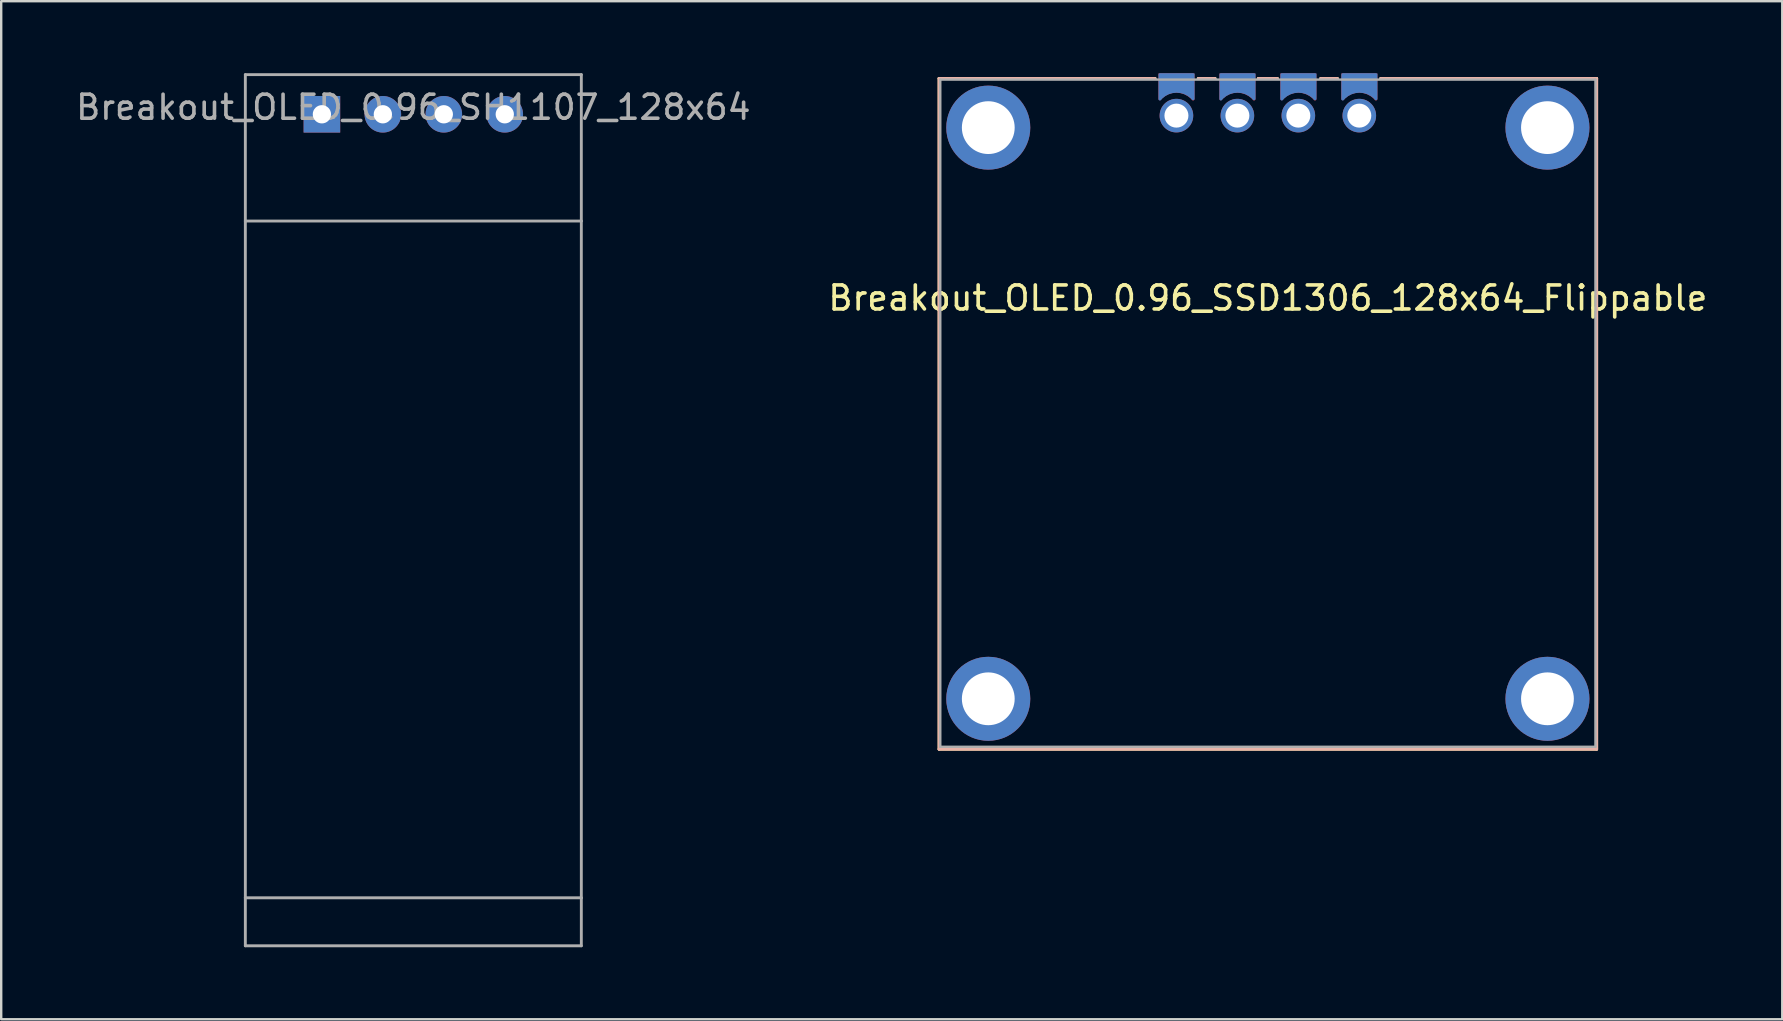
<source format=kicad_pcb>
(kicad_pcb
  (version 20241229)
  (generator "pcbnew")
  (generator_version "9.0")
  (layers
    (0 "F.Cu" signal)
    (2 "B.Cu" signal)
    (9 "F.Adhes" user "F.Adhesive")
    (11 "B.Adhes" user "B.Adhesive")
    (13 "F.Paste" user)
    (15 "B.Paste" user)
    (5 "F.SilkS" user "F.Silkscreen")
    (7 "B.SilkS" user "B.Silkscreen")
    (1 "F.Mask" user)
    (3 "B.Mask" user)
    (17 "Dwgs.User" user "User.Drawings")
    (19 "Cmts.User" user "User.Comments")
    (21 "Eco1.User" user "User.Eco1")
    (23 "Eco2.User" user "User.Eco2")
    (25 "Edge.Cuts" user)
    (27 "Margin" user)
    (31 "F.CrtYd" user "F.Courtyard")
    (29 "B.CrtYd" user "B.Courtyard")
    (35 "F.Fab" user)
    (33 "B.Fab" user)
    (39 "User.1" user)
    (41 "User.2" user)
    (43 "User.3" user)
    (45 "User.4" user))
  (footprint "Breakout_OLED_0.96_SH1107_128x64"
    (layer "F.Cu")
    (at 14.173 16.66)
    (property "Reference" "Breakout_OLED_0.96_SH1107_128x64" (at 0 -15.24 0) (layer "F.Fab") (effects (font (size 1 1) (thickness 0.15))))
    (attr through_hole)
    (fp_line (start -7 -16.6) (end -7 -10.5) (stroke (width 0.12) (type solid)) (layer "F.Fab"))
    (fp_line (start -7 -10.5) (end -7 17.7) (stroke (width 0.12) (type solid)) (layer "F.Fab"))
    (fp_line (start -7 17.7) (end -7 19.7) (stroke (width 0.12) (type solid)) (layer "F.Fab"))
    (fp_line (start -7 17.7) (end 7 17.7) (stroke (width 0.12) (type solid)) (layer "F.Fab"))
    (fp_line (start -7 19.7) (end 7 19.7) (stroke (width 0.12) (type solid)) (layer "F.Fab"))
    (fp_line (start 7 -16.6) (end -7 -16.6) (stroke (width 0.12) (type solid)) (layer "F.Fab"))
    (fp_line (start 7 -16.6) (end 7 -10.5) (stroke (width 0.12) (type solid)) (layer "F.Fab"))
    (fp_line (start 7 -10.5) (end -7 -10.5) (stroke (width 0.12) (type solid)) (layer "F.Fab"))
    (fp_line (start 7 -10.5) (end 7 17.7) (stroke (width 0.12) (type solid)) (layer "F.Fab"))
    (fp_line (start 7 17.7) (end 7 19.7) (stroke (width 0.12) (type solid)) (layer "F.Fab"))
    (pad "1" thru_hole rect (at -3.81 -14.948) (size 1.524 1.524) (drill 0.762) (layers "*.Cu" "*.Mask"))
    (pad "2" thru_hole circle (at -1.27 -14.948) (size 1.524 1.524) (drill 0.762) (layers "*.Cu" "*.Mask"))
    (pad "3" thru_hole circle (at 1.27 -14.948) (size 1.524 1.524) (drill 0.762) (layers "*.Cu" "*.Mask"))
    (pad "4" thru_hole circle (at 3.81 -14.948) (size 1.524 1.524) (drill 0.762) (layers "*.Cu" "*.Mask")))
  (footprint "Breakout_OLED_0.96_SSD1306_128x64_Flippable"
    (layer "F.Cu")
    (at 49.78 1.768)
    (property "Reference" "Breakout_OLED_0.96_SSD1306_128x64_Flippable" (at 0 7.6 0) (layer "F.SilkS") (effects (font (size 1 1) (thickness 0.15))))
    (attr through_hole)
    (fp_line (start -13.7 -1.55) (end -13.7 26.4) (stroke (width 0.12) (type solid)) (layer "F.SilkS"))
    (fp_line (start -13.7 26.4) (end 13.7 26.4) (stroke (width 0.12) (type solid)) (layer "F.SilkS"))
    (fp_line (start -4.7 -1.55) (end -13.7 -1.55) (stroke (width 0.12) (type solid)) (layer "F.SilkS"))
    (fp_line (start -2.9 -1.55) (end -2.2 -1.55) (stroke (width 0.12) (type solid)) (layer "F.SilkS"))
    (fp_line (start -0.4 -1.55) (end 0.4 -1.55) (stroke (width 0.12) (type solid)) (layer "F.SilkS"))
    (fp_line (start 2.2 -1.55) (end 2.9 -1.55) (stroke (width 0.12) (type solid)) (layer "F.SilkS"))
    (fp_line (start 13.7 -1.55) (end 4.7 -1.55) (stroke (width 0.12) (type solid)) (layer "F.SilkS"))
    (fp_line (start 13.7 26.4) (end 13.7 -1.55) (stroke (width 0.12) (type solid)) (layer "F.SilkS"))
    (fp_line (start -13.7 26.4) (end -13.7 -1.55) (stroke (width 0.12) (type solid)) (layer "B.SilkS"))
    (fp_line (start -4.7 -1.55) (end -13.7 -1.55) (stroke (width 0.12) (type solid)) (layer "B.SilkS"))
    (fp_line (start -2.2 -1.55) (end -2.9 -1.55) (stroke (width 0.12) (type solid)) (layer "B.SilkS"))
    (fp_line (start 0.4 -1.55) (end -0.4 -1.55) (stroke (width 0.12) (type solid)) (layer "B.SilkS"))
    (fp_line (start 2.9 -1.55) (end 2.2 -1.55) (stroke (width 0.12) (type solid)) (layer "B.SilkS"))
    (fp_line (start 13.7 -1.55) (end 4.7 -1.55) (stroke (width 0.12) (type solid)) (layer "B.SilkS"))
    (fp_line (start 13.7 -1.55) (end 13.7 26.4) (stroke (width 0.12) (type solid)) (layer "B.SilkS"))
    (fp_line (start 13.7 26.4) (end -13.7 26.4) (stroke (width 0.12) (type solid)) (layer "B.SilkS"))
    (fp_line (start -13.65 -1.5) (end 13.65 -1.5) (stroke (width 0.1) (type solid)) (layer "F.Fab"))
    (fp_line (start -13.65 26.3) (end -13.65 -1.5) (stroke (width 0.1) (type solid)) (layer "F.Fab"))
    (fp_line (start -13.65 26.3) (end 13.65 26.3) (stroke (width 0.1) (type solid)) (layer "F.Fab"))
    (fp_line (start 13.65 26.3) (end 13.65 -1.5) (stroke (width 0.1) (type solid)) (layer "F.Fab"))
    (pad "" thru_hole circle (at -11.65 0.5) (size 3.5 3.5) (drill 2.2) (layers "*.Cu" "*.Mask"))
    (pad "" thru_hole circle (at -11.65 24.3) (size 3.5 3.5) (drill 2.2) (layers "*.Cu" "*.Mask"))
    (pad "" thru_hole circle (at -3.81 0 90) (size 1.4 1.4) (drill 1) (layers "*.Cu" "*.Mask"))
    (pad "" thru_hole circle (at -1.27 0 90) (size 1.4 1.4) (drill 1) (layers "*.Cu" "*.Mask"))
    (pad "" thru_hole circle (at 1.27 0 90) (size 1.4 1.4) (drill 1) (layers "*.Cu" "*.Mask"))
    (pad "" thru_hole circle (at 3.81 0 90) (size 1.4 1.4) (drill 1) (layers "*.Cu" "*.Mask"))
    (pad "" thru_hole circle (at 11.65 0.5) (size 3.5 3.5) (drill 2.2) (layers "*.Cu" "*.Mask"))
    (pad "" thru_hole circle (at 11.65 24.3) (size 3.5 3.5) (drill 2.2) (layers "*.Cu" "*.Mask"))
    (pad "1" smd custom (at -3.803 -1.358 270) (size 0.8 1.5) (layers "B.Cu" "B.Mask") (options (anchor rect)) (primitives (gr_poly (pts (xy 0.56 -0.67) (xy 0.34 -0.67) (xy 0.34 -0.3)) (width 0.1) (fill yes)) (gr_line (start 0.67 0.697) (end -0.35 0.697) (width 0.12)) (gr_poly (pts (xy 0.54 0.67) (xy 0.32 0.67) (xy 0.32 0.3)) (width 0.1) (fill yes)) (gr_line (start -0.35 0.697) (end -0.35 -0.69) (width 0.12)) (gr_arc (start 0.67 0.697) (mid 0.346842 0.007214) (end 0.659062 -0.687591) (width 0.12)) (gr_line (start -0.35 -0.69) (end 0.66 -0.69) (width 0.12))))
    (pad "1" smd custom (at 3.808 -1.357 270) (size 0.8 1.5) (layers "F.Cu" "F.Mask") (options (anchor rect)) (primitives (gr_poly (pts (xy 0.56 0.67) (xy 0.34 0.67) (xy 0.34 0.3)) (width 0.1) (fill yes)) (gr_line (start 0.67 -0.697) (end -0.35 -0.697) (width 0.12)) (gr_poly (pts (xy 0.54 -0.67) (xy 0.32 -0.67) (xy 0.32 -0.3)) (width 0.1) (fill yes)) (gr_line (start -0.35 -0.697) (end -0.35 0.69) (width 0.12)) (gr_arc (start 0.660264 0.68864) (mid 0.346831 -0.00562) (end 0.668786 -0.69597) (width 0.12)) (gr_line (start -0.35 0.69) (end 0.66 0.69) (width 0.12))))
    (pad "2" smd custom (at -1.263 -1.358 270) (size 0.8 1.5) (layers "B.Cu" "B.Mask") (options (anchor rect)) (primitives (gr_poly (pts (xy 0.56 -0.67) (xy 0.34 -0.67) (xy 0.34 -0.3)) (width 0.1) (fill yes)) (gr_line (start 0.67 0.697) (end -0.35 0.697) (width 0.12)) (gr_poly (pts (xy 0.54 0.67) (xy 0.32 0.67) (xy 0.32 0.3)) (width 0.1) (fill yes)) (gr_line (start -0.35 0.697) (end -0.35 -0.69) (width 0.12)) (gr_arc (start 0.67 0.697) (mid 0.346842 0.007214) (end 0.659062 -0.687591) (width 0.12)) (gr_line (start -0.35 -0.69) (end 0.66 -0.69) (width 0.12))))
    (pad "2" smd custom (at 1.268 -1.357 270) (size 0.8 1.5) (layers "F.Cu" "F.Mask") (options (anchor rect)) (primitives (gr_poly (pts (xy 0.56 0.67) (xy 0.34 0.67) (xy 0.34 0.3)) (width 0.1) (fill yes)) (gr_line (start 0.67 -0.697) (end -0.35 -0.697) (width 0.12)) (gr_poly (pts (xy 0.54 -0.67) (xy 0.32 -0.67) (xy 0.32 -0.3)) (width 0.1) (fill yes)) (gr_line (start -0.35 -0.697) (end -0.35 0.69) (width 0.12)) (gr_arc (start 0.660264 0.68864) (mid 0.346831 -0.00562) (end 0.668786 -0.69597) (width 0.12)) (gr_line (start -0.35 0.69) (end 0.66 0.69) (width 0.12))))
    (pad "3" smd custom (at -1.272 -1.357 270) (size 0.8 1.5) (layers "F.Cu" "F.Mask") (options (anchor rect)) (primitives (gr_poly (pts (xy 0.56 0.67) (xy 0.34 0.67) (xy 0.34 0.3)) (width 0.1) (fill yes)) (gr_line (start 0.67 -0.697) (end -0.35 -0.697) (width 0.12)) (gr_poly (pts (xy 0.54 -0.67) (xy 0.32 -0.67) (xy 0.32 -0.3)) (width 0.1) (fill yes)) (gr_line (start -0.35 -0.697) (end -0.35 0.69) (width 0.12)) (gr_arc (start 0.660264 0.68864) (mid 0.346831 -0.00562) (end 0.668786 -0.69597) (width 0.12)) (gr_line (start -0.35 0.69) (end 0.66 0.69) (width 0.12))))
    (pad "3" smd custom (at 1.277 -1.358 270) (size 0.8 1.5) (layers "B.Cu" "B.Mask") (options (anchor rect)) (primitives (gr_poly (pts (xy 0.56 -0.67) (xy 0.34 -0.67) (xy 0.34 -0.3)) (width 0.1) (fill yes)) (gr_line (start 0.67 0.697) (end -0.35 0.697) (width 0.12)) (gr_poly (pts (xy 0.54 0.67) (xy 0.32 0.67) (xy 0.32 0.3)) (width 0.1) (fill yes)) (gr_line (start -0.35 0.697) (end -0.35 -0.69) (width 0.12)) (gr_arc (start 0.67 0.697) (mid 0.346842 0.007214) (end 0.659062 -0.687591) (width 0.12)) (gr_line (start -0.35 -0.69) (end 0.66 -0.69) (width 0.12))))
    (pad "4" smd custom (at -3.812 -1.357 270) (size 0.8 1.5) (layers "F.Cu" "F.Mask") (options (anchor rect)) (primitives (gr_poly (pts (xy 0.56 0.67) (xy 0.34 0.67) (xy 0.34 0.3)) (width 0.1) (fill yes)) (gr_line (start 0.67 -0.697) (end -0.35 -0.697) (width 0.12)) (gr_poly (pts (xy 0.54 -0.67) (xy 0.32 -0.67) (xy 0.32 -0.3)) (width 0.1) (fill yes)) (gr_line (start -0.35 -0.697) (end -0.35 0.69) (width 0.12)) (gr_arc (start 0.660264 0.68864) (mid 0.346831 -0.00562) (end 0.668786 -0.69597) (width 0.12)) (gr_line (start -0.35 0.69) (end 0.66 0.69) (width 0.12))))
    (pad "4" smd custom (at 3.817 -1.358 270) (size 0.8 1.5) (layers "B.Cu" "B.Mask") (options (anchor rect)) (primitives (gr_poly (pts (xy 0.56 -0.67) (xy 0.34 -0.67) (xy 0.34 -0.3)) (width 0.1) (fill yes)) (gr_line (start 0.67 0.697) (end -0.35 0.697) (width 0.12)) (gr_poly (pts (xy 0.54 0.67) (xy 0.32 0.67) (xy 0.32 0.3)) (width 0.1) (fill yes)) (gr_line (start -0.35 0.697) (end -0.35 -0.69) (width 0.12)) (gr_arc (start 0.67 0.697) (mid 0.346842 0.007214) (end 0.659062 -0.687591) (width 0.12)) (gr_line (start -0.35 -0.69) (end 0.66 -0.69) (width 0.12)))))
  (gr_rect
    (start -3 -3)
    (end 71.214 39.42)
    (stroke (width 0.1) (type default))
    (fill no)
    (layer "Edge.Cuts")))
</source>
